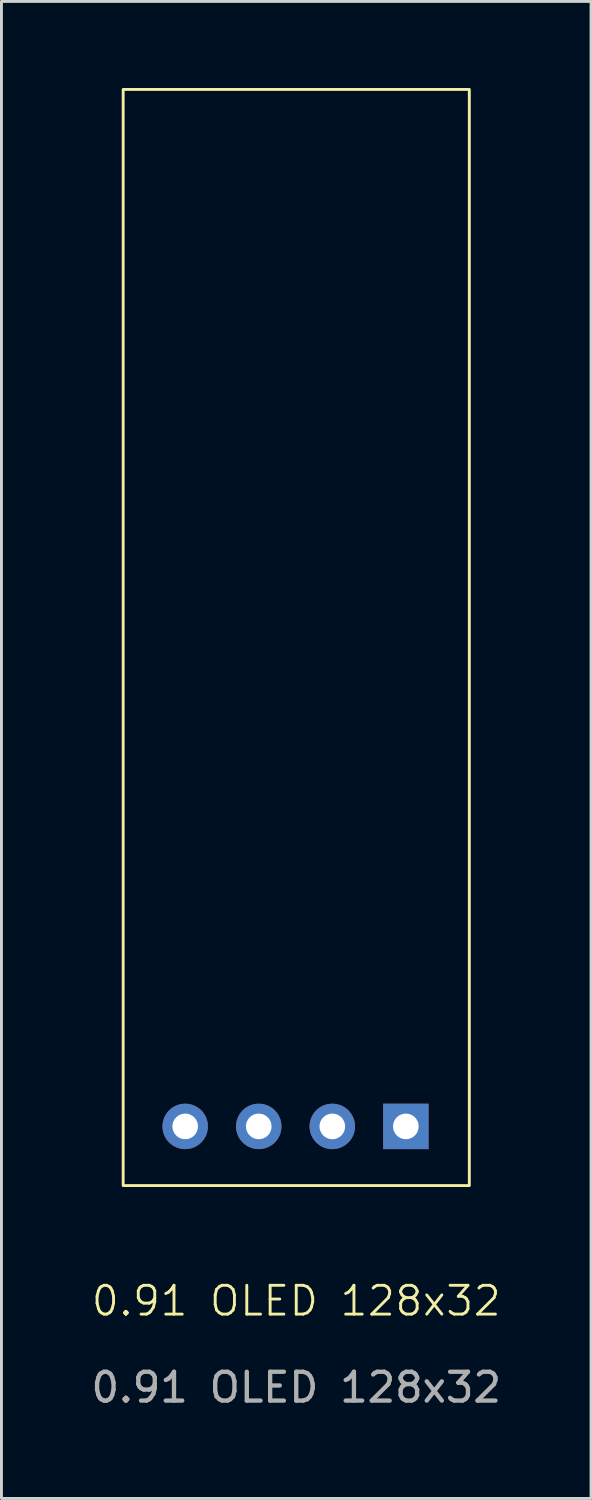
<source format=kicad_pcb>
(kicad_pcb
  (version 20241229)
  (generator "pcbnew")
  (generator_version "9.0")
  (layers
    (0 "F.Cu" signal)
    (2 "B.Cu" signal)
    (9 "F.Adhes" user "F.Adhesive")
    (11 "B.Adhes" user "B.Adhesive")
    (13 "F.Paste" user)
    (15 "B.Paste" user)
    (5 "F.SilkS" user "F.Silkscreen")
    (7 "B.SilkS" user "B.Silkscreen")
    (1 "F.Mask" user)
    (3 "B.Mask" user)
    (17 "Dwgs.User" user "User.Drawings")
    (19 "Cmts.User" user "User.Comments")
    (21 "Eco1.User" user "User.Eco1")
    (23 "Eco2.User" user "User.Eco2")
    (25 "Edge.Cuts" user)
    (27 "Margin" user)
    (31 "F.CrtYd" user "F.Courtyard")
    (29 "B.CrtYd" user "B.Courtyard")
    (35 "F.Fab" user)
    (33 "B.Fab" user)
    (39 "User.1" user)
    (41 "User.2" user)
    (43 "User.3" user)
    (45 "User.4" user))
  (footprint "0.91 OLED 128x32"
    (layer "F.Cu")
    (at 7.22 42.55)
    (property "Reference" "0.91 OLED 128x32" (at 0 -0.5 0) (unlocked yes) (layer "F.SilkS") (effects (font (size 1 1) (thickness 0.1))))
    (attr smd)
    (fp_rect (start -6 -42.5) (end 6 -4.5) (stroke (width 0.1) (type default)) (fill no) (layer "F.SilkS"))
    (fp_text user "${REFERENCE}" (at 0 2.5 0) (unlocked yes) (layer "F.Fab") (effects (font (size 1 1) (thickness 0.15))))
    (pad "1" thru_hole circle (at -3.85 -6.55) (size 1.575 1.575) (drill 0.889) (layers "*.Cu" "*.Mask"))
    (pad "1" thru_hole circle (at -1.3 -6.55) (size 1.575 1.575) (drill 0.889) (layers "*.Cu" "*.Mask"))
    (pad "1" thru_hole circle (at 1.25 -6.55) (size 1.575 1.575) (drill 0.889) (layers "*.Cu" "*.Mask"))
    (pad "2" thru_hole rect (at 3.8 -6.55) (size 1.575 1.575) (drill 0.889) (layers "*.Cu" "*.Mask")))
  (gr_rect
    (start -3 -3)
    (end 17.44 48.898)
    (stroke (width 0.1) (type default))
    (fill no)
    (layer "Edge.Cuts")))
</source>
